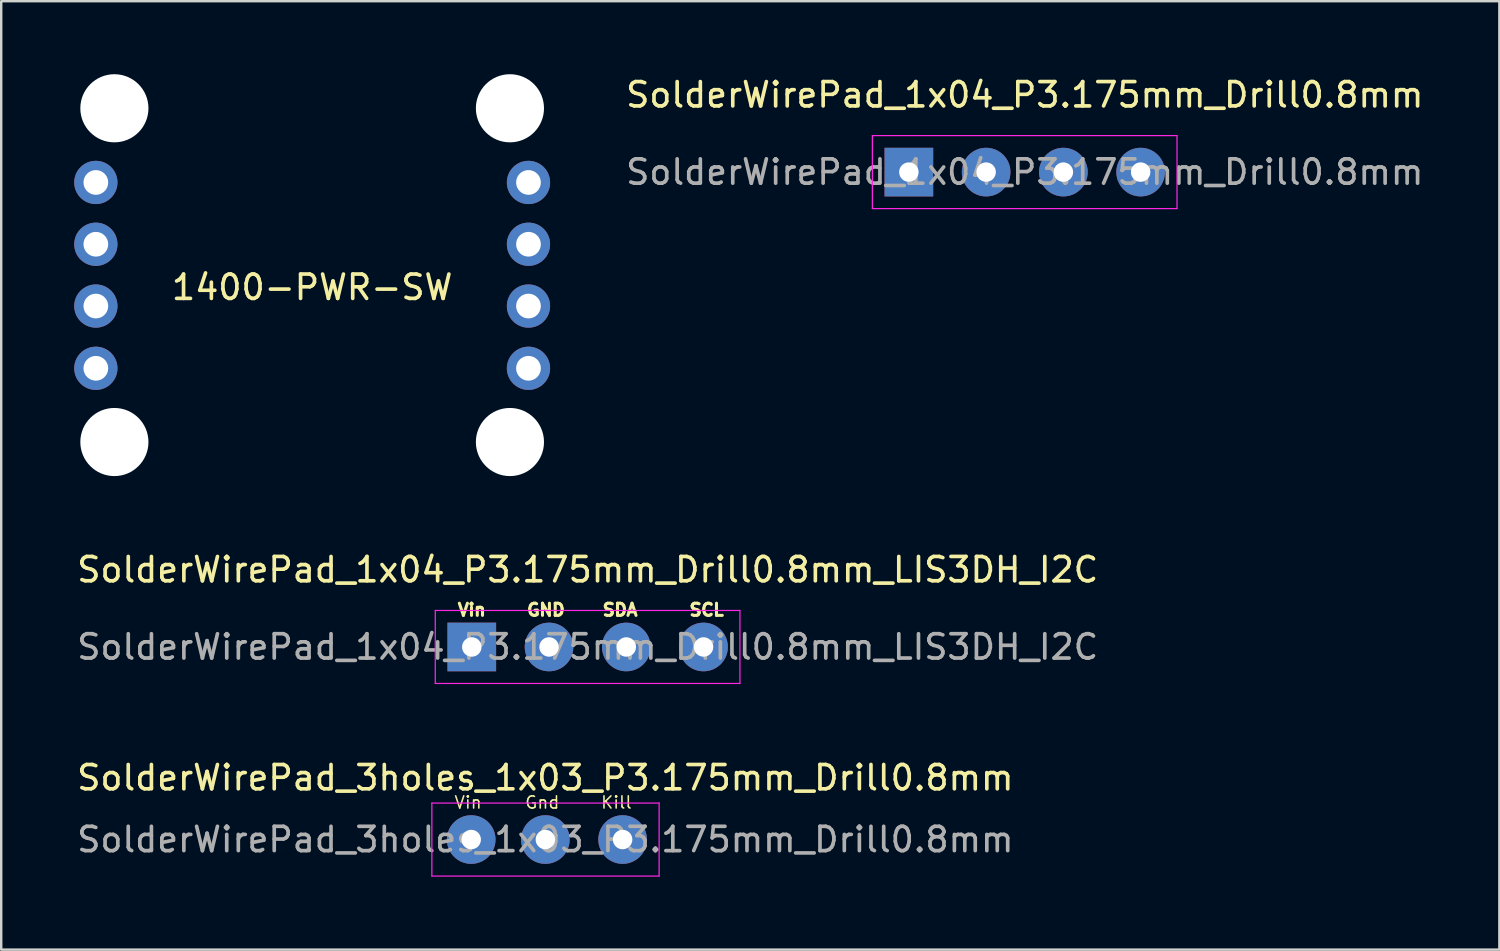
<source format=kicad_pcb>
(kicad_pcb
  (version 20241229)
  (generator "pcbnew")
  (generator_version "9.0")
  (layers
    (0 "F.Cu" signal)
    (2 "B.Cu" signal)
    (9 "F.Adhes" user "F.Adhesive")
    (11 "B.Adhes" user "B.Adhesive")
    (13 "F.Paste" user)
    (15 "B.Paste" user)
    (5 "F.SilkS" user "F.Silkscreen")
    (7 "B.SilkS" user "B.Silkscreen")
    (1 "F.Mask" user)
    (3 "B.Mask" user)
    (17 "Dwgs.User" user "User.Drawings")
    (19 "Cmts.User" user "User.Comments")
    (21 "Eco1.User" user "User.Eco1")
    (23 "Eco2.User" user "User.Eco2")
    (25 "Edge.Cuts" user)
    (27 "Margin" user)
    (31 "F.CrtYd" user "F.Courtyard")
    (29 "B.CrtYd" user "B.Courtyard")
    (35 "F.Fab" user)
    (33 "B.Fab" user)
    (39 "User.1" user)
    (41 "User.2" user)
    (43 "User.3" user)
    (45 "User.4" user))
  (footprint "1400-PWR-SW"
    (layer "F.Cu")
    (at 9.779 8.258)
    (property "Reference" "1400-PWR-SW" (at 0 0.5 0) (layer "F.SilkS") (effects (font (size 1 1) (thickness 0.15))))
    (attr through_hole)
    (pad "" np_thru_hole circle (at -8.128 -6.858) (size 2.8 2.8) (drill 2.8) (layers "*.Cu" "*.Mask"))
    (pad "" np_thru_hole circle (at -8.128 6.858) (size 2.8 2.8) (drill 2.8) (layers "*.Cu" "*.Mask"))
    (pad "" np_thru_hole circle (at 8.128 -6.858) (size 2.8 2.8) (drill 2.8) (layers "*.Cu" "*.Mask"))
    (pad "" np_thru_hole circle (at 8.128 6.858) (size 2.8 2.8) (drill 2.8) (layers "*.Cu" "*.Mask"))
    (pad "1" thru_hole circle (at -8.89 3.828 90) (size 1.778 1.778) (drill 1.016) (layers "*.Cu" "*.Mask"))
    (pad "1" thru_hole circle (at 8.89 3.828 90) (size 1.778 1.778) (drill 1.016) (layers "*.Cu" "*.Mask"))
    (pad "2" thru_hole circle (at -8.89 1.27 90) (size 1.778 1.778) (drill 1.016) (layers "*.Cu" "*.Mask"))
    (pad "2" thru_hole circle (at 8.89 1.27 90) (size 1.778 1.778) (drill 1.016) (layers "*.Cu" "*.Mask"))
    (pad "3" thru_hole circle (at -8.89 -1.27 90) (size 1.778 1.778) (drill 1.016) (layers "*.Cu" "*.Mask"))
    (pad "3" thru_hole circle (at 8.89 -1.27 90) (size 1.778 1.778) (drill 1.016) (layers "*.Cu" "*.Mask"))
    (pad "4" thru_hole circle (at -8.89 -3.81 90) (size 1.778 1.778) (drill 1.016) (layers "*.Cu" "*.Mask"))
    (pad "4" thru_hole circle (at 8.89 -3.81 90) (size 1.778 1.778) (drill 1.016) (layers "*.Cu" "*.Mask")))
  (footprint "SolderWirePad_1x04_P3.175mm_Drill0.8mm_LIS3DH_I2C"
    (layer "F.Cu")
    (at 16.339 23.539)
    (property "Reference" "SolderWirePad_1x04_P3.175mm_Drill0.8mm_LIS3DH_I2C" (at 4.763 -3.175 0) (layer "F.SilkS") (effects (font (size 1 1) (thickness 0.15))))
    (attr exclude_from_pos_files exclude_from_bom)
    (fp_line (start -1.5 -1.5) (end -1.5 1.5) (stroke (width 0.05) (type solid)) (layer "F.CrtYd"))
    (fp_line (start -1.5 -1.5) (end 11.02 -1.5) (stroke (width 0.05) (type solid)) (layer "F.CrtYd"))
    (fp_line (start 11.02 1.5) (end -1.5 1.5) (stroke (width 0.05) (type solid)) (layer "F.CrtYd"))
    (fp_line (start 11.02 1.5) (end 11.02 -1.5) (stroke (width 0.05) (type solid)) (layer "F.CrtYd"))
    (fp_text user "GND" (at 3.048 -1.524 0) (layer "F.SilkS") (effects (font (size 0.5 0.5) (thickness 0.125))))
    (fp_text user "SDA" (at 6.096 -1.524 0) (layer "F.SilkS") (effects (font (size 0.5 0.5) (thickness 0.125))))
    (fp_text user "Vin" (at 0 -1.524 0) (layer "F.SilkS") (effects (font (size 0.5 0.5) (thickness 0.125))))
    (fp_text user "SCL" (at 9.652 -1.524 0) (layer "F.SilkS") (effects (font (size 0.5 0.5) (thickness 0.125))))
    (fp_text user "${REFERENCE}" (at 4.763 0 0) (layer "F.Fab") (effects (font (size 1 1) (thickness 0.15))))
    (pad "4" thru_hole circle (at 9.525 0) (size 1.999 1.999) (drill 0.8) (layers "*.Cu" "*.Mask"))
    (pad "5" thru_hole circle (at 3.175 0) (size 1.999 1.999) (drill 0.8) (layers "*.Cu" "*.Mask"))
    (pad "6" thru_hole circle (at 6.35 0 90) (size 1.999 1.999) (drill 0.8) (layers "*.Cu" "*.Mask"))
    (pad "14" thru_hole rect (at 0 0) (size 1.999 1.999) (drill 0.8) (layers "*.Cu" "*.Mask")))
  (footprint "SolderWirePad_3holes_1x03_P3.175mm_Drill0.8mm"
    (layer "F.Cu")
    (at 16.188 31.453)
    (property "Reference" "SolderWirePad_3holes_1x03_P3.175mm_Drill0.8mm" (at 3.175 -2.54 0) (layer "F.SilkS") (effects (font (size 1 1) (thickness 0.15))))
    (attr exclude_from_pos_files exclude_from_bom)
    (fp_line (start -1.49 -1.5) (end -1.49 1.5) (stroke (width 0.05) (type solid)) (layer "F.CrtYd"))
    (fp_line (start -1.49 -1.5) (end 7.85 -1.5) (stroke (width 0.05) (type solid)) (layer "F.CrtYd"))
    (fp_line (start 7.85 1.5) (end -1.49 1.5) (stroke (width 0.05) (type solid)) (layer "F.CrtYd"))
    (fp_line (start 7.85 1.5) (end 7.85 -1.5) (stroke (width 0.05) (type solid)) (layer "F.CrtYd"))
    (fp_text user "Vin" (at 0 -1.524 0) (layer "F.SilkS") (effects (font (size 0.5 0.5) (thickness 0.065))))
    (fp_text user "Gnd" (at 3.048 -1.524 0) (layer "F.SilkS") (effects (font (size 0.5 0.5) (thickness 0.065))))
    (fp_text user "Kill" (at 6.096 -1.524 0) (layer "F.SilkS") (effects (font (size 0.5 0.5) (thickness 0.065))))
    (fp_text user "${REFERENCE}" (at 3.175 0 0) (layer "F.Fab") (effects (font (size 1 1) (thickness 0.15))))
    (pad "2" thru_hole circle (at 0.127 0) (size 1.999 1.999) (drill 0.8) (layers "*.Cu" "*.Mask"))
    (pad "3" thru_hole circle (at 3.175 0) (size 1.999 1.999) (drill 0.8) (layers "*.Cu" "*.Mask"))
    (pad "4" thru_hole circle (at 6.35 0) (size 1.999 1.999) (drill 0.8) (layers "*.Cu" "*.Mask")))
  (footprint "SolderWirePad_1x04_P3.175mm_Drill0.8mm"
    (layer "F.Cu")
    (at 34.302 4.023)
    (property "Reference" "SolderWirePad_1x04_P3.175mm_Drill0.8mm" (at 4.763 -3.175 0) (layer "F.SilkS") (effects (font (size 1 1) (thickness 0.15))))
    (attr exclude_from_pos_files exclude_from_bom)
    (fp_line (start -1.5 -1.5) (end -1.5 1.5) (stroke (width 0.05) (type solid)) (layer "F.CrtYd"))
    (fp_line (start -1.5 -1.5) (end 11.02 -1.5) (stroke (width 0.05) (type solid)) (layer "F.CrtYd"))
    (fp_line (start 11.02 1.5) (end -1.5 1.5) (stroke (width 0.05) (type solid)) (layer "F.CrtYd"))
    (fp_line (start 11.02 1.5) (end 11.02 -1.5) (stroke (width 0.05) (type solid)) (layer "F.CrtYd"))
    (fp_text user "${REFERENCE}" (at 4.763 0 0) (layer "F.Fab") (effects (font (size 1 1) (thickness 0.15))))
    (pad "1" thru_hole rect (at 0 0) (size 1.999 1.999) (drill 0.8) (layers "*.Cu" "*.Mask"))
    (pad "2" thru_hole circle (at 3.175 0) (size 1.999 1.999) (drill 0.8) (layers "*.Cu" "*.Mask"))
    (pad "3" thru_hole circle (at 6.35 0) (size 1.999 1.999) (drill 0.8) (layers "*.Cu" "*.Mask"))
    (pad "4" thru_hole circle (at 9.525 0) (size 1.999 1.999) (drill 0.8) (layers "*.Cu" "*.Mask")))
  (gr_rect
    (start -3 -3)
    (end 58.57 35.977)
    (stroke (width 0.1) (type default))
    (fill no)
    (layer "Edge.Cuts")))
</source>
